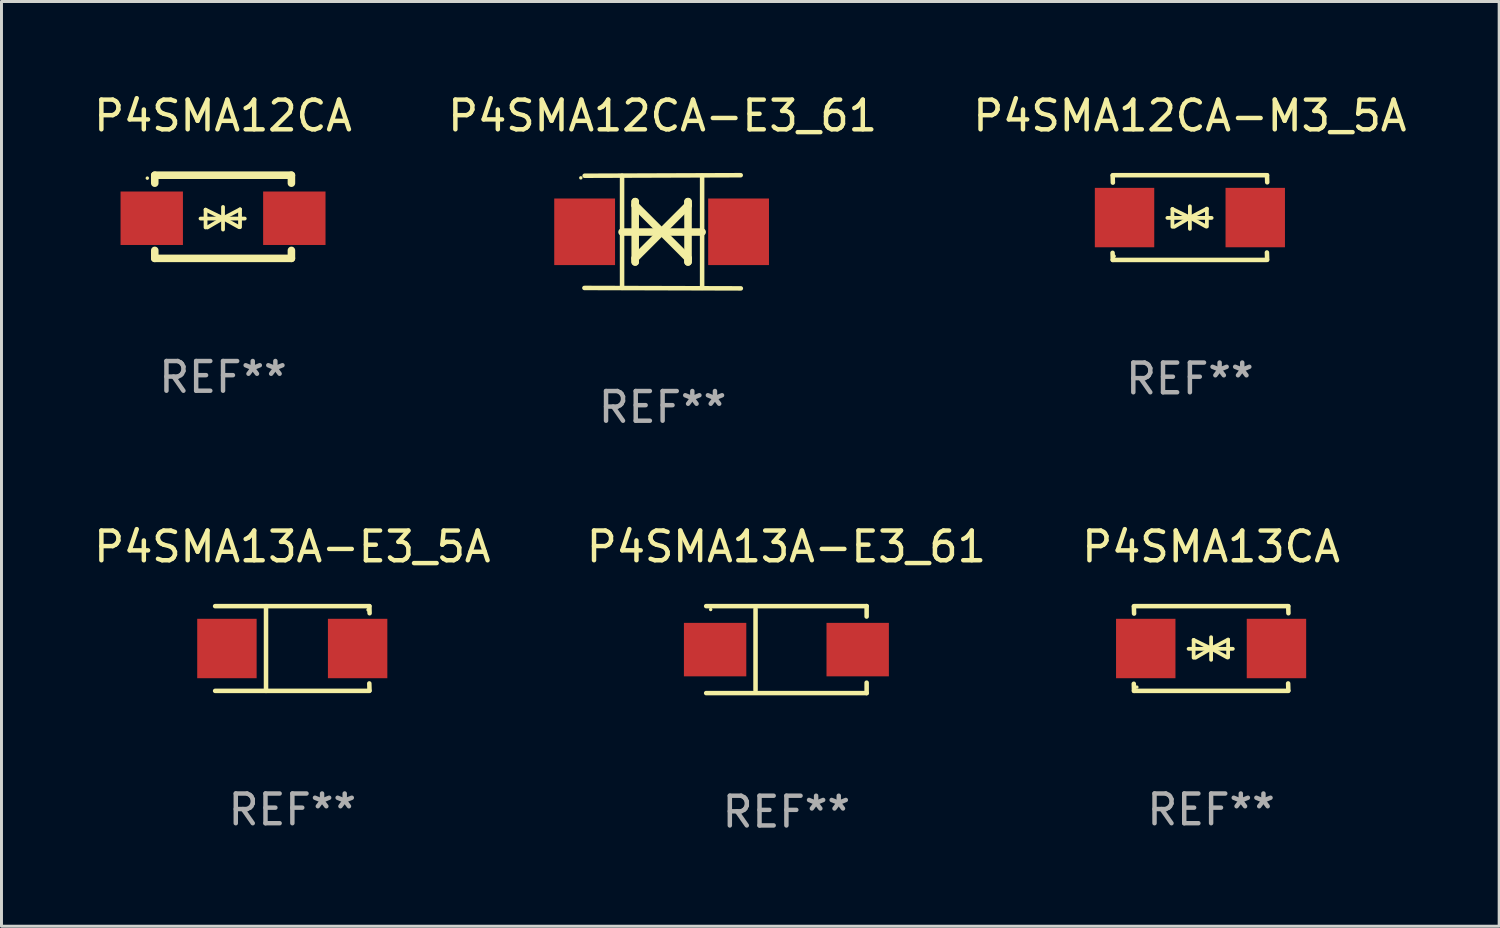
<source format=kicad_pcb>
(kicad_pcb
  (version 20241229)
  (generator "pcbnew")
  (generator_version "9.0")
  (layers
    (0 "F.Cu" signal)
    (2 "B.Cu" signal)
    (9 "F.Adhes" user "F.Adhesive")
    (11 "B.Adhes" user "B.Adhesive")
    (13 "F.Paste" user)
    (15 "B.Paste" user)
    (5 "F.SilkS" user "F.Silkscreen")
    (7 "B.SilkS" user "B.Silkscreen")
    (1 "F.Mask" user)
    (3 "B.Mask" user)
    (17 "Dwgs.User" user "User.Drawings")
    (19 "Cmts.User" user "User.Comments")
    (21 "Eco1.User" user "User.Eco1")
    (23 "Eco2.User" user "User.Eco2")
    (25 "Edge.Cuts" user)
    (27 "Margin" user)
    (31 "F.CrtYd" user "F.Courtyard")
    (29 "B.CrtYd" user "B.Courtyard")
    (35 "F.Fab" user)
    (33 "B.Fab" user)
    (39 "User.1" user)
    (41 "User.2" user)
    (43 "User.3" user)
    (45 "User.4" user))
  (footprint "P4SMA12CA-E3_61"
    (layer "F.Cu")
    (at 19.256 4.753)
    (property "Reference" "P4SMA12CA-E3_61" (at 0 -3.905 0) (layer "F.SilkS") (effects (font (size 1 1) (thickness 0.15))))
    (attr through_hole)
    (fp_line (start -1.365 1.886) (end -1.365 -1.886) (stroke (width 0.152) (type solid)) (layer "F.SilkS"))
    (fp_line (start -1.365 0.008) (end 1.33 0.008) (stroke (width 0.254) (type solid)) (layer "F.SilkS"))
    (fp_line (start -0.923 -1.016) (end -0.923 1.016) (stroke (width 0.254) (type solid)) (layer "F.SilkS"))
    (fp_line (start -0.923 -0.889) (end -0.923 -1.016) (stroke (width 0.254) (type solid)) (layer "F.SilkS"))
    (fp_line (start -0.923 0.889) (end -0.034 0) (stroke (width 0.254) (type solid)) (layer "F.SilkS"))
    (fp_line (start -0.923 1.016) (end -0.923 0.889) (stroke (width 0.254) (type solid)) (layer "F.SilkS"))
    (fp_line (start -0.034 0) (end -0.923 -0.889) (stroke (width 0.254) (type solid)) (layer "F.SilkS"))
    (fp_line (start -0.034 0) (end 0.855 0.889) (stroke (width 0.254) (type solid)) (layer "F.SilkS"))
    (fp_line (start 0.855 -1.016) (end 0.855 -0.889) (stroke (width 0.254) (type solid)) (layer "F.SilkS"))
    (fp_line (start 0.855 -0.889) (end -0.034 0) (stroke (width 0.254) (type solid)) (layer "F.SilkS"))
    (fp_line (start 0.855 0.889) (end 0.855 1.016) (stroke (width 0.254) (type solid)) (layer "F.SilkS"))
    (fp_line (start 0.855 1.016) (end 0.855 -1.016) (stroke (width 0.254) (type solid)) (layer "F.SilkS"))
    (fp_line (start 1.33 1.886) (end 1.33 -1.886) (stroke (width 0.152) (type solid)) (layer "F.SilkS"))
    (fp_line (start 2.629 -1.905) (end -2.625 -1.887) (stroke (width 0.152) (type solid)) (layer "F.SilkS"))
    (fp_line (start 2.633 1.905) (end -2.633 1.89) (stroke (width 0.152) (type solid)) (layer "F.SilkS"))
    (fp_circle (center -2.753 -1.816) (end -2.723 -1.816) (stroke (width 0.06) (type solid)) (fill no) (layer "F.SilkS"))
    (fp_text user "REF**" (at 0 5.905 0) (layer "F.Fab") (effects (font (size 1 1) (thickness 0.15))))
    (pad "1" smd rect (at -2.625 0) (size 2.047 2.241) (layers "F.Cu" "F.Mask" "F.Paste"))
    (pad "2" smd rect (at 2.557 0) (size 2.047 2.241) (layers "F.Cu" "F.Mask" "F.Paste")))
  (footprint "P4SMA12CA"
    (layer "F.Cu")
    (at 4.458 4.248)
    (property "Reference" "P4SMA12CA" (at 0 -3.4 0) (layer "F.SilkS") (effects (font (size 1 1) (thickness 0.15))))
    (attr through_hole)
    (fp_line (start -2.298 -1.4) (end -2.298 -1.131) (stroke (width 0.254) (type solid)) (layer "F.SilkS"))
    (fp_line (start -2.298 -1.4) (end 2.302 -1.4) (stroke (width 0.254) (type solid)) (layer "F.SilkS"))
    (fp_line (start -2.298 1.131) (end -2.298 1.4) (stroke (width 0.254) (type solid)) (layer "F.SilkS"))
    (fp_line (start -2.298 1.4) (end 2.302 1.4) (stroke (width 0.254) (type solid)) (layer "F.SilkS"))
    (fp_line (start -0.758 0.06) (end 0.732 0.06) (stroke (width 0.127) (type solid)) (layer "F.SilkS"))
    (fp_line (start -0.588 -0.24) (end -0.588 0.36) (stroke (width 0.127) (type solid)) (layer "F.SilkS"))
    (fp_line (start -0.588 -0.24) (end 0.000025 0.049) (stroke (width 0.127) (type solid)) (layer "F.SilkS"))
    (fp_line (start -0.528 0.36) (end 0.000025 0.049) (stroke (width 0.127) (type solid)) (layer "F.SilkS"))
    (fp_line (start 0.000025 0.049) (end 0.000025 -0.332) (stroke (width 0.127) (type solid)) (layer "F.SilkS"))
    (fp_line (start 0.000025 0.049) (end 0.000025 0.43) (stroke (width 0.127) (type solid)) (layer "F.SilkS"))
    (fp_line (start 0.542 0.35) (end 0.000025 0.049) (stroke (width 0.127) (type solid)) (layer "F.SilkS"))
    (fp_line (start 0.572 -0.25) (end 0.000025 0.049) (stroke (width 0.127) (type solid)) (layer "F.SilkS"))
    (fp_line (start 0.572 -0.25) (end 0.572 0.35) (stroke (width 0.127) (type solid)) (layer "F.SilkS"))
    (fp_line (start 2.302 -1.4) (end 2.302 -1.131) (stroke (width 0.254) (type solid)) (layer "F.SilkS"))
    (fp_line (start 2.302 1.131) (end 2.302 1.4) (stroke (width 0.254) (type solid)) (layer "F.SilkS"))
    (fp_circle (center -2.549 -1.301) (end -2.519 -1.301) (stroke (width 0.06) (type solid)) (fill no) (layer "F.SilkS"))
    (fp_text user "REF**" (at 0 5.4 0) (layer "F.Fab") (effects (font (size 1 1) (thickness 0.15))))
    (pad "1" smd rect (at -2.4 0.049) (size 2.1 1.8) (layers "F.Cu" "F.Mask" "F.Paste"))
    (pad "2" smd rect (at 2.4 0.049) (size 2.1 1.8) (layers "F.Cu" "F.Mask" "F.Paste")))
  (footprint "P4SMA12CA-M3_5A"
    (layer "F.Cu")
    (at 37.006 4.274)
    (property "Reference" "P4SMA12CA-M3_5A" (at 0 -3.426 0) (layer "F.SilkS") (effects (font (size 1 1) (thickness 0.15))))
    (attr through_hole)
    (fp_line (start -2.596 -1.426) (end 2.596 -1.426) (stroke (width 0.152) (type solid)) (layer "F.SilkS"))
    (fp_line (start -2.596 1.426) (end -2.603 1.187) (stroke (width 0.152) (type solid)) (layer "F.SilkS"))
    (fp_line (start -2.596 1.426) (end 2.596 1.426) (stroke (width 0.152) (type solid)) (layer "F.SilkS"))
    (fp_line (start -2.593 -1.176) (end -2.6 -1.415) (stroke (width 0.152) (type solid)) (layer "F.SilkS"))
    (fp_line (start -0.758 0.011) (end 0.732 0.011) (stroke (width 0.127) (type solid)) (layer "F.SilkS"))
    (fp_line (start -0.588 -0.289) (end -0.588 0.311) (stroke (width 0.127) (type solid)) (layer "F.SilkS"))
    (fp_line (start -0.588 -0.289) (end 0 0) (stroke (width 0.127) (type solid)) (layer "F.SilkS"))
    (fp_line (start -0.528 0.311) (end 0 0) (stroke (width 0.127) (type solid)) (layer "F.SilkS"))
    (fp_line (start 0 0) (end 0 -0.381) (stroke (width 0.127) (type solid)) (layer "F.SilkS"))
    (fp_line (start 0 0) (end 0 0.381) (stroke (width 0.127) (type solid)) (layer "F.SilkS"))
    (fp_line (start 0.542 0.301) (end 0 0) (stroke (width 0.127) (type solid)) (layer "F.SilkS"))
    (fp_line (start 0.572 -0.299) (end 0 0) (stroke (width 0.127) (type solid)) (layer "F.SilkS"))
    (fp_line (start 0.572 -0.299) (end 0.572 0.301) (stroke (width 0.127) (type solid)) (layer "F.SilkS"))
    (fp_line (start 2.593 1.176) (end 2.6 1.415) (stroke (width 0.152) (type solid)) (layer "F.SilkS"))
    (fp_line (start 2.596 -1.426) (end 2.603 -1.187) (stroke (width 0.152) (type solid)) (layer "F.SilkS"))
    (fp_circle (center -2.55 1.3) (end -2.52 1.3) (stroke (width 0.06) (type solid)) (fill no) (layer "F.SilkS"))
    (fp_text user "REF**" (at 0 5.426 0) (layer "F.Fab") (effects (font (size 1 1) (thickness 0.15))))
    (pad "1" smd rect (at -2.2 0 180) (size 2 2) (layers "F.Cu" "F.Mask" "F.Paste"))
    (pad "2" smd rect (at 2.2 0 180) (size 2 2) (layers "F.Cu" "F.Mask" "F.Paste")))
  (footprint "P4SMA13CA"
    (layer "F.Cu")
    (at 37.72 18.781)
    (property "Reference" "P4SMA13CA" (at 0 -3.426 0) (layer "F.SilkS") (effects (font (size 1 1) (thickness 0.15))))
    (attr through_hole)
    (fp_line (start -2.596 -1.426) (end 2.596 -1.426) (stroke (width 0.152) (type solid)) (layer "F.SilkS"))
    (fp_line (start -2.596 1.426) (end -2.603 1.187) (stroke (width 0.152) (type solid)) (layer "F.SilkS"))
    (fp_line (start -2.596 1.426) (end 2.596 1.426) (stroke (width 0.152) (type solid)) (layer "F.SilkS"))
    (fp_line (start -2.593 -1.176) (end -2.6 -1.415) (stroke (width 0.152) (type solid)) (layer "F.SilkS"))
    (fp_line (start -0.758 0.011) (end 0.732 0.011) (stroke (width 0.127) (type solid)) (layer "F.SilkS"))
    (fp_line (start -0.588 -0.289) (end -0.588 0.311) (stroke (width 0.127) (type solid)) (layer "F.SilkS"))
    (fp_line (start -0.588 -0.289) (end 0 0) (stroke (width 0.127) (type solid)) (layer "F.SilkS"))
    (fp_line (start -0.528 0.311) (end 0 0) (stroke (width 0.127) (type solid)) (layer "F.SilkS"))
    (fp_line (start 0 0) (end 0 -0.381) (stroke (width 0.127) (type solid)) (layer "F.SilkS"))
    (fp_line (start 0 0) (end 0 0.381) (stroke (width 0.127) (type solid)) (layer "F.SilkS"))
    (fp_line (start 0.542 0.301) (end 0 0) (stroke (width 0.127) (type solid)) (layer "F.SilkS"))
    (fp_line (start 0.572 -0.299) (end 0 0) (stroke (width 0.127) (type solid)) (layer "F.SilkS"))
    (fp_line (start 0.572 -0.299) (end 0.572 0.301) (stroke (width 0.127) (type solid)) (layer "F.SilkS"))
    (fp_line (start 2.593 1.176) (end 2.6 1.415) (stroke (width 0.152) (type solid)) (layer "F.SilkS"))
    (fp_line (start 2.596 -1.426) (end 2.603 -1.187) (stroke (width 0.152) (type solid)) (layer "F.SilkS"))
    (fp_circle (center -2.5 1.3) (end -2.47 1.3) (stroke (width 0.06) (type solid)) (fill no) (layer "F.SilkS"))
    (fp_text user "REF**" (at 0 5.426 0) (layer "F.Fab") (effects (font (size 1 1) (thickness 0.15))))
    (pad "1" smd rect (at -2.2 0 180) (size 2 2) (layers "F.Cu" "F.Mask" "F.Paste"))
    (pad "2" smd rect (at 2.2 0 180) (size 2 2) (layers "F.Cu" "F.Mask" "F.Paste")))
  (footprint "P4SMA13A-E3_5A"
    (layer "F.Cu")
    (at 6.792 18.781)
    (property "Reference" "P4SMA13A-E3_5A" (at 0 -3.426 0) (layer "F.SilkS") (effects (font (size 1 1) (thickness 0.15))))
    (attr through_hole)
    (fp_line (start -2.6 -1.426) (end 2.593 -1.426) (stroke (width 0.152) (type solid)) (layer "F.SilkS"))
    (fp_line (start -2.6 1.426) (end 2.593 1.426) (stroke (width 0.152) (type solid)) (layer "F.SilkS"))
    (fp_line (start -0.887 -1.426) (end -0.887 1.426) (stroke (width 0.152) (type solid)) (layer "F.SilkS"))
    (fp_line (start 2.59 1.176) (end 2.597 1.415) (stroke (width 0.152) (type solid)) (layer "F.SilkS"))
    (fp_line (start 2.593 -1.426) (end 2.6 -1.187) (stroke (width 0.152) (type solid)) (layer "F.SilkS"))
    (fp_circle (center 2.547 -1.3) (end 2.577 -1.3) (stroke (width 0.06) (type solid)) (fill no) (layer "F.SilkS"))
    (fp_text user "REF**" (at 0 5.426 0) (layer "F.Fab") (effects (font (size 1 1) (thickness 0.15))))
    (pad "1" smd rect (at 2.197 -0.000025 180) (size 2 2) (layers "F.Cu" "F.Mask" "F.Paste"))
    (pad "2" smd rect (at -2.203 -0.000025 180) (size 2 2) (layers "F.Cu" "F.Mask" "F.Paste")))
  (footprint "P4SMA13A-E3_61"
    (layer "F.Cu")
    (at 23.423 18.818)
    (property "Reference" "P4SMA13A-E3_61" (at 0 -3.464 0) (layer "F.SilkS") (effects (font (size 1 1) (thickness 0.15))))
    (attr through_hole)
    (fp_line (start -2.701 -1.464) (end 2.701 -1.464) (stroke (width 0.152) (type solid)) (layer "F.SilkS"))
    (fp_line (start -2.701 1.464) (end 2.701 1.464) (stroke (width 0.152) (type solid)) (layer "F.SilkS"))
    (fp_line (start -1.039 -1.364) (end -1.039 1.364) (stroke (width 0.152) (type solid)) (layer "F.SilkS"))
    (fp_line (start 2.701 -1.464) (end 2.701 -1.113) (stroke (width 0.152) (type solid)) (layer "F.SilkS"))
    (fp_line (start 2.701 1.464) (end 2.701 1.113) (stroke (width 0.152) (type solid)) (layer "F.SilkS"))
    (fp_circle (center -2.55 -1.35) (end -2.52 -1.35) (stroke (width 0.06) (type solid)) (fill no) (layer "F.SilkS"))
    (fp_text user "REF**" (at 0 5.464 0) (layer "F.Fab") (effects (font (size 1 1) (thickness 0.15))))
    (pad "1" smd rect (at -2.4 0) (size 2.1 1.8) (layers "F.Cu" "F.Mask" "F.Paste"))
    (pad "2" smd rect (at 2.4 0) (size 2.1 1.8) (layers "F.Cu" "F.Mask" "F.Paste")))
  (gr_rect
    (start -3 -3)
    (end 47.417 28.13)
    (stroke (width 0.1) (type default))
    (fill no)
    (layer "Edge.Cuts")))
</source>
